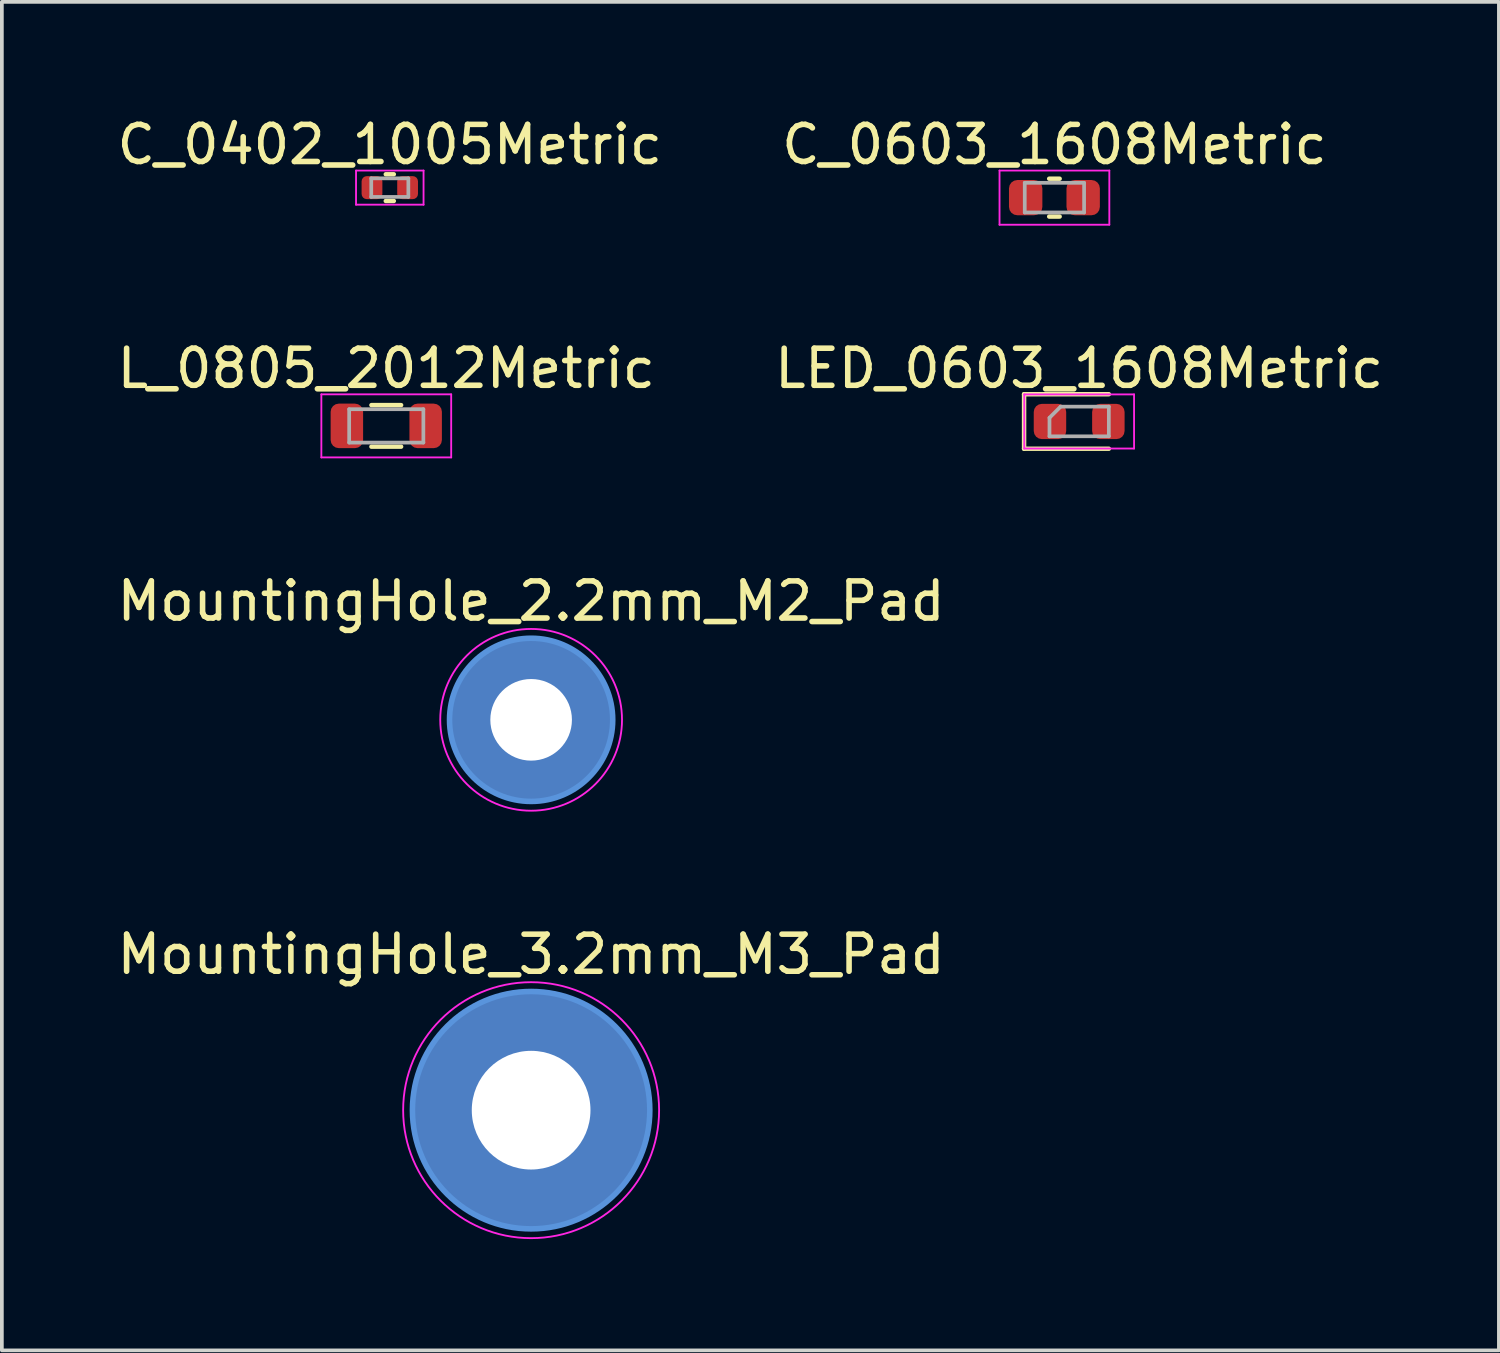
<source format=kicad_pcb>
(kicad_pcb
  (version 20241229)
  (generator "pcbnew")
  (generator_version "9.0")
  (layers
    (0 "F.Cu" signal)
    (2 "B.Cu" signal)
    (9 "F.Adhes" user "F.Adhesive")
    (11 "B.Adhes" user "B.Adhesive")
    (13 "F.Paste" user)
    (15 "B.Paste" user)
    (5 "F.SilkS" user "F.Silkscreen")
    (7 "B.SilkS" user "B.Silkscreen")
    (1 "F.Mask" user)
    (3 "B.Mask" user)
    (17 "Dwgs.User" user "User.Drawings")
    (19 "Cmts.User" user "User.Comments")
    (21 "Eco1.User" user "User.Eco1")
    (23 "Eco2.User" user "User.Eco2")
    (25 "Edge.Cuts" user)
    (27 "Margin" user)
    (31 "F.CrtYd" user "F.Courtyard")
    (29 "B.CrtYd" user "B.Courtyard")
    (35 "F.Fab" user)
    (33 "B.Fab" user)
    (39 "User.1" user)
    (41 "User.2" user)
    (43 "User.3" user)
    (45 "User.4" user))
  (footprint "L_0805_2012Metric"
    (layer "F.Cu")
    (at 7.363 8.431)
    (property "Reference" "L_0805_2012Metric" (at 0 -1.55 180) (layer "F.SilkS") (effects (font (size 1 1) (thickness 0.15))))
    (attr smd)
    (fp_line (start -0.4 -0.56) (end 0.4 -0.56) (stroke (width 0.12) (type solid)) (layer "F.SilkS"))
    (fp_line (start -0.4 0.56) (end 0.4 0.56) (stroke (width 0.12) (type solid)) (layer "F.SilkS"))
    (fp_line (start -1.75 -0.85) (end 1.75 -0.85) (stroke (width 0.05) (type solid)) (layer "F.CrtYd"))
    (fp_line (start -1.75 0.85) (end -1.75 -0.85) (stroke (width 0.05) (type solid)) (layer "F.CrtYd"))
    (fp_line (start 1.75 -0.85) (end 1.75 0.85) (stroke (width 0.05) (type solid)) (layer "F.CrtYd"))
    (fp_line (start 1.75 0.85) (end -1.75 0.85) (stroke (width 0.05) (type solid)) (layer "F.CrtYd"))
    (fp_line (start -1 -0.45) (end 1 -0.45) (stroke (width 0.1) (type solid)) (layer "F.Fab"))
    (fp_line (start -1 0.45) (end -1 -0.45) (stroke (width 0.1) (type solid)) (layer "F.Fab"))
    (fp_line (start 1 -0.45) (end 1 0.45) (stroke (width 0.1) (type solid)) (layer "F.Fab"))
    (fp_line (start 1 0.45) (end -1 0.45) (stroke (width 0.1) (type solid)) (layer "F.Fab"))
    (pad "1" smd roundrect (at -1.062 0) (size 0.875 1.2) (layers "F.Cu" "F.Mask" "F.Paste") (roundrect_rratio 0.25))
    (pad "2" smd roundrect (at 1.062 0) (size 0.875 1.2) (layers "F.Cu" "F.Mask" "F.Paste") (roundrect_rratio 0.25)))
  (footprint "LED_0603_1608Metric"
    (layer "F.Cu")
    (at 26.042 8.312)
    (property "Reference" "LED_0603_1608Metric" (at 0 -1.43 0) (layer "F.SilkS") (effects (font (size 1 1) (thickness 0.15))))
    (attr smd)
    (fp_line (start -1.485 -0.735) (end -1.485 0.735) (stroke (width 0.12) (type solid)) (layer "F.SilkS"))
    (fp_line (start -1.485 0.735) (end 0.8 0.735) (stroke (width 0.12) (type solid)) (layer "F.SilkS"))
    (fp_line (start 0.8 -0.735) (end -1.485 -0.735) (stroke (width 0.12) (type solid)) (layer "F.SilkS"))
    (fp_line (start -1.48 -0.73) (end 1.48 -0.73) (stroke (width 0.05) (type solid)) (layer "F.CrtYd"))
    (fp_line (start -1.48 0.73) (end -1.48 -0.73) (stroke (width 0.05) (type solid)) (layer "F.CrtYd"))
    (fp_line (start 1.48 -0.73) (end 1.48 0.73) (stroke (width 0.05) (type solid)) (layer "F.CrtYd"))
    (fp_line (start 1.48 0.73) (end -1.48 0.73) (stroke (width 0.05) (type solid)) (layer "F.CrtYd"))
    (fp_line (start -0.8 -0.1) (end -0.8 0.4) (stroke (width 0.1) (type solid)) (layer "F.Fab"))
    (fp_line (start -0.8 0.4) (end 0.8 0.4) (stroke (width 0.1) (type solid)) (layer "F.Fab"))
    (fp_line (start -0.5 -0.4) (end -0.8 -0.1) (stroke (width 0.1) (type solid)) (layer "F.Fab"))
    (fp_line (start 0.8 -0.4) (end -0.5 -0.4) (stroke (width 0.1) (type solid)) (layer "F.Fab"))
    (fp_line (start 0.8 0.4) (end 0.8 -0.4) (stroke (width 0.1) (type solid)) (layer "F.Fab"))
    (pad "1" smd roundrect (at -0.787 0 180) (size 0.875 0.95) (layers "F.Cu" "F.Mask" "F.Paste") (roundrect_rratio 0.25))
    (pad "2" smd roundrect (at 0.787 0 180) (size 0.875 0.95) (layers "F.Cu" "F.Mask" "F.Paste") (roundrect_rratio 0.25)))
  (footprint "C_0402_1005Metric"
    (layer "F.Cu")
    (at 7.458 2.008)
    (property "Reference" "C_0402_1005Metric" (at 0 -1.16 0) (layer "F.SilkS") (effects (font (size 1 1) (thickness 0.15))))
    (attr smd)
    (fp_line (start -0.108 -0.36) (end 0.108 -0.36) (stroke (width 0.12) (type solid)) (layer "F.SilkS"))
    (fp_line (start -0.108 0.36) (end 0.108 0.36) (stroke (width 0.12) (type solid)) (layer "F.SilkS"))
    (fp_line (start -0.91 -0.46) (end 0.91 -0.46) (stroke (width 0.05) (type solid)) (layer "F.CrtYd"))
    (fp_line (start -0.91 0.46) (end -0.91 -0.46) (stroke (width 0.05) (type solid)) (layer "F.CrtYd"))
    (fp_line (start 0.91 -0.46) (end 0.91 0.46) (stroke (width 0.05) (type solid)) (layer "F.CrtYd"))
    (fp_line (start 0.91 0.46) (end -0.91 0.46) (stroke (width 0.05) (type solid)) (layer "F.CrtYd"))
    (fp_line (start -0.5 -0.25) (end 0.5 -0.25) (stroke (width 0.1) (type solid)) (layer "F.Fab"))
    (fp_line (start -0.5 0.25) (end -0.5 -0.25) (stroke (width 0.1) (type solid)) (layer "F.Fab"))
    (fp_line (start 0.5 -0.25) (end 0.5 0.25) (stroke (width 0.1) (type solid)) (layer "F.Fab"))
    (fp_line (start 0.5 0.25) (end -0.5 0.25) (stroke (width 0.1) (type solid)) (layer "F.Fab"))
    (pad "1" smd roundrect (at -0.48 0) (size 0.56 0.62) (layers "F.Cu" "F.Mask" "F.Paste") (roundrect_rratio 0.25))
    (pad "2" smd roundrect (at 0.48 0) (size 0.56 0.62) (layers "F.Cu" "F.Mask" "F.Paste") (roundrect_rratio 0.25)))
  (footprint "C_0603_1608Metric"
    (layer "F.Cu")
    (at 25.375 2.278)
    (property "Reference" "C_0603_1608Metric" (at 0 -1.43 0) (layer "F.SilkS") (effects (font (size 1 1) (thickness 0.15))))
    (attr smd)
    (fp_line (start -0.141 -0.51) (end 0.141 -0.51) (stroke (width 0.12) (type solid)) (layer "F.SilkS"))
    (fp_line (start -0.141 0.51) (end 0.141 0.51) (stroke (width 0.12) (type solid)) (layer "F.SilkS"))
    (fp_line (start -1.48 -0.73) (end 1.48 -0.73) (stroke (width 0.05) (type solid)) (layer "F.CrtYd"))
    (fp_line (start -1.48 0.73) (end -1.48 -0.73) (stroke (width 0.05) (type solid)) (layer "F.CrtYd"))
    (fp_line (start 1.48 -0.73) (end 1.48 0.73) (stroke (width 0.05) (type solid)) (layer "F.CrtYd"))
    (fp_line (start 1.48 0.73) (end -1.48 0.73) (stroke (width 0.05) (type solid)) (layer "F.CrtYd"))
    (fp_line (start -0.8 -0.4) (end 0.8 -0.4) (stroke (width 0.1) (type solid)) (layer "F.Fab"))
    (fp_line (start -0.8 0.4) (end -0.8 -0.4) (stroke (width 0.1) (type solid)) (layer "F.Fab"))
    (fp_line (start 0.8 -0.4) (end 0.8 0.4) (stroke (width 0.1) (type solid)) (layer "F.Fab"))
    (fp_line (start 0.8 0.4) (end -0.8 0.4) (stroke (width 0.1) (type solid)) (layer "F.Fab"))
    (pad "1" smd roundrect (at -0.775 0) (size 0.9 0.95) (layers "F.Cu" "F.Mask" "F.Paste") (roundrect_rratio 0.25))
    (pad "2" smd roundrect (at 0.775 0) (size 0.9 0.95) (layers "F.Cu" "F.Mask" "F.Paste") (roundrect_rratio 0.25)))
  (footprint "MountingHole_2.2mm_M2_Pad"
    (layer "F.Cu")
    (at 11.268 16.355)
    (property "Reference" "MountingHole_2.2mm_M2_Pad" (at 0 -3.2 180) (layer "F.SilkS") (effects (font (size 1 1) (thickness 0.15))))
    (attr exclude_from_pos_files exclude_from_bom)
    (fp_circle (center 0 0) (end 2.2 0) (stroke (width 0.15) (type solid)) (fill no) (layer "Cmts.User"))
    (fp_circle (center 0 0) (end 2.45 0) (stroke (width 0.05) (type solid)) (fill no) (layer "F.CrtYd"))
    (pad "1" thru_hole circle (at 0 0) (size 4.4 4.4) (drill 2.2) (layers "*.Cu" "*.Mask")))
  (footprint "MountingHole_3.2mm_M3_Pad"
    (layer "F.Cu")
    (at 11.268 26.878)
    (property "Reference" "MountingHole_3.2mm_M3_Pad" (at 0 -4.2 0) (layer "F.SilkS") (effects (font (size 1 1) (thickness 0.15))))
    (attr exclude_from_pos_files exclude_from_bom)
    (fp_circle (center 0 0) (end 3.2 0) (stroke (width 0.15) (type solid)) (fill no) (layer "Cmts.User"))
    (fp_circle (center 0 0) (end 3.45 0) (stroke (width 0.05) (type solid)) (fill no) (layer "F.CrtYd"))
    (pad "1" thru_hole circle (at 0 0) (size 6.4 6.4) (drill 3.2) (layers "*.Cu" "*.Mask")))
  (gr_rect
    (start -3 -3)
    (end 37.357 33.353)
    (stroke (width 0.1) (type default))
    (fill no)
    (layer "Edge.Cuts")))
</source>
